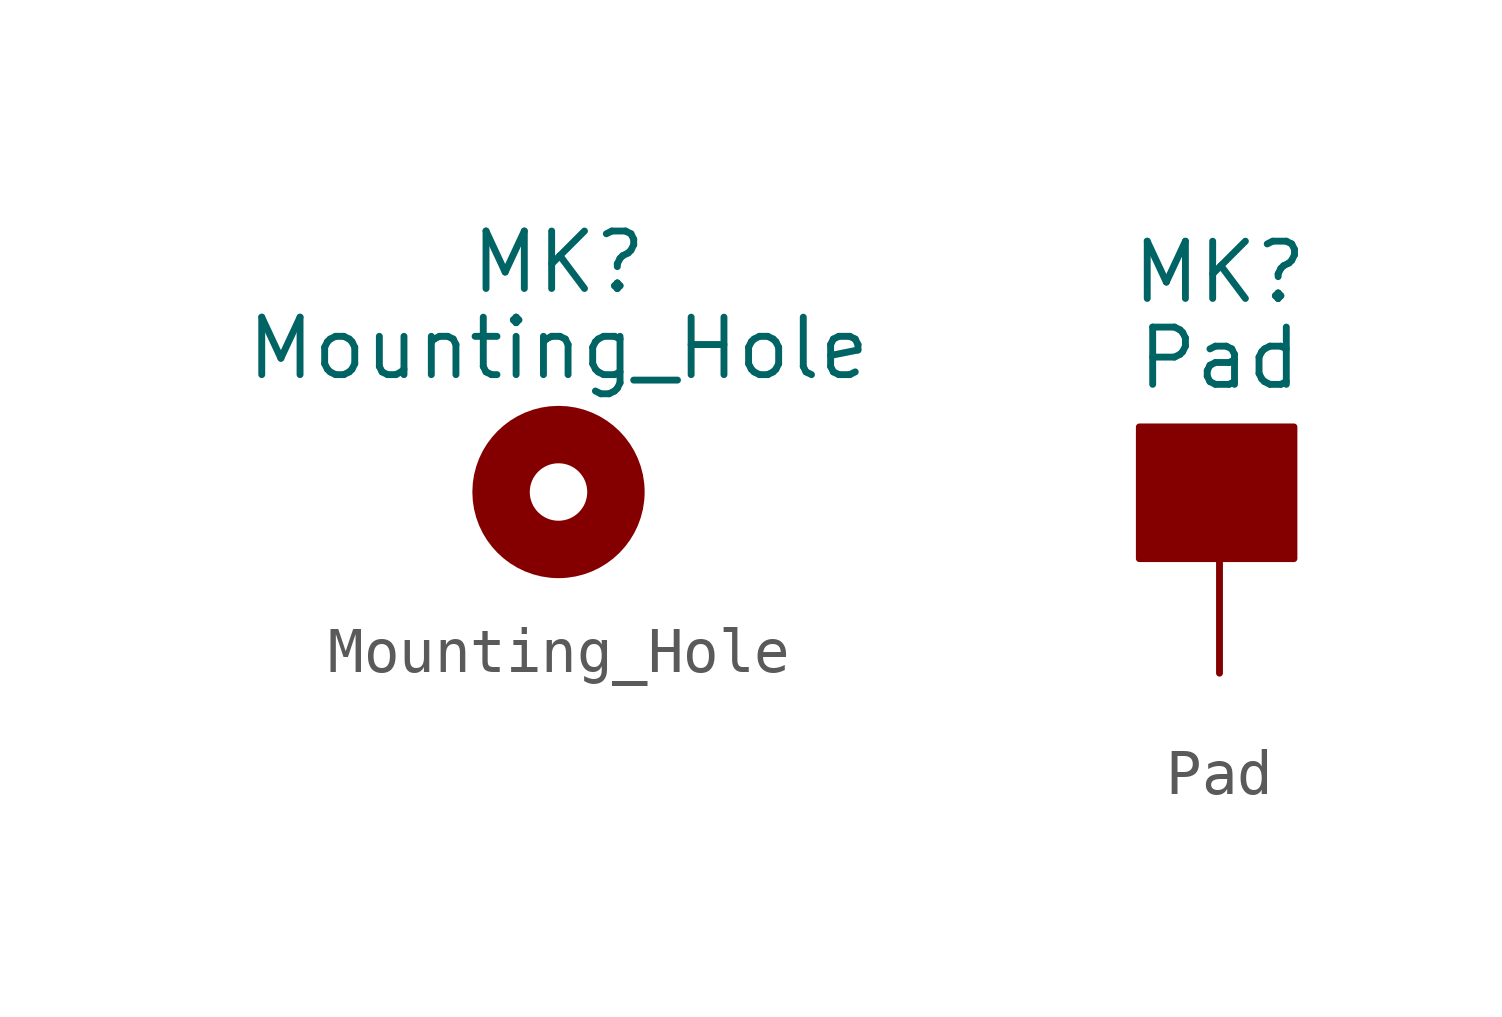
<source format=kicad_sym>
(kicad_symbol_lib
  (version 20211014)
  (generator kicad_symbol_editor)
  (symbol "Mounting_Hole"
    (pin_names
      (offset 1.016))
    (property "Reference" "MK"
      (at 0 5.08 0)
      (effects (font (size 1.27 1.27))))
    (property "Value" "Mounting_Hole"
      (at 0 3.175 0)
      (effects (font (size 1.27 1.27))))
    (symbol "Mounting_Hole_0_1"
      (circle (center 0 0) (radius 1.27) (stroke (width 1.27) (type default) (color 0 0 0 0)) (fill (type none)))))
  (symbol "Pad"
    (pin_numbers hide)
    (pin_names
      (offset 1.016) hide)
    (property "Reference" "MK"
      (at 0 6.35 0)
      (effects (font (size 1.27 1.27))))
    (property "Value" "Pad"
      (at 0 4.445 0)
      (effects (font (size 1.27 1.27))))
    (symbol "Pad_0_1"
      (rectangle (start -1.778 2.921) (end 1.651 0) (stroke (width 0) (type default) (color 0 0 0 0)) (fill (type outline))))
    (symbol "Pad_1_1"
      (pin input line (at 0 -2.54 90) (length 2.54) (name "1" (effects (font (size 1.27 1.27)))) (number "1" (effects (font (size 1.27 1.27))))))))
</source>
